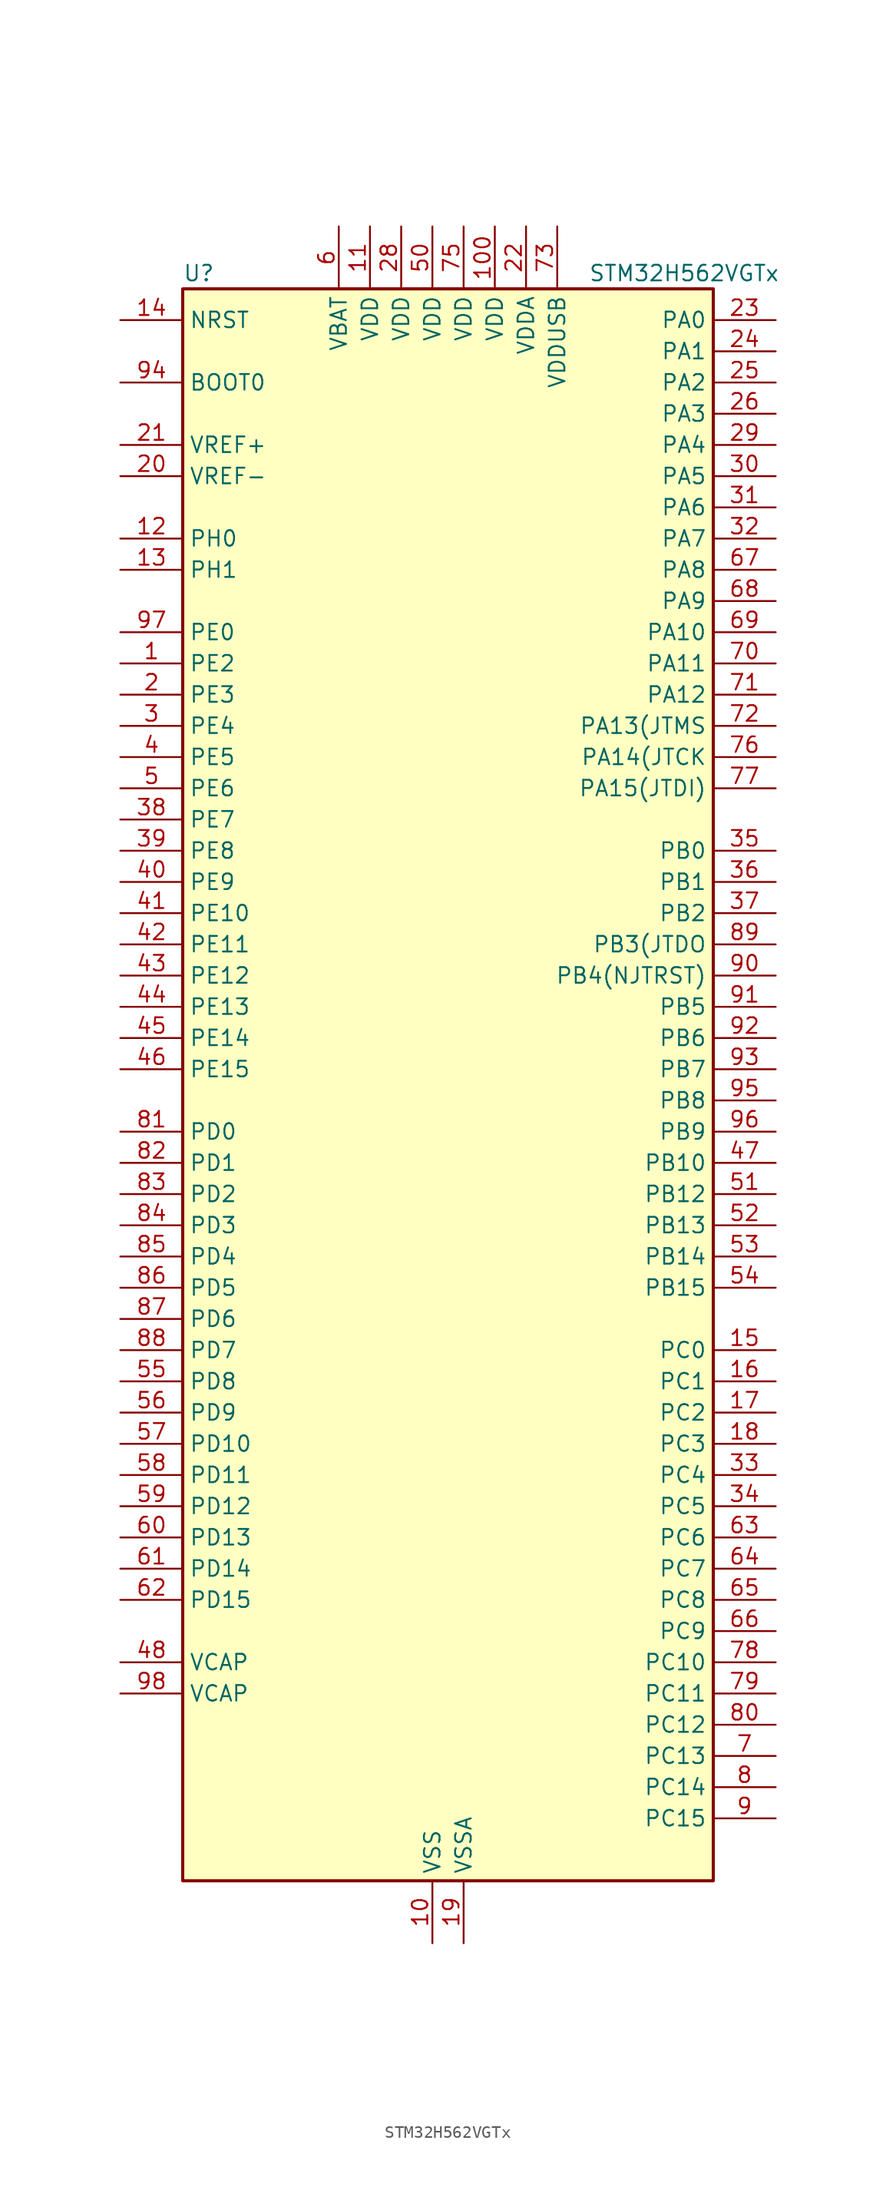
<source format=kicad_sym>
(kicad_symbol_lib
  (version 20231120)
  (generator "kicad_symbol_editor")
  (generator_version "8.0")
  (symbol "STM32H562VGTx"
    (property "Reference" "U"
      (at -20.32 67.31 0)
      (effects (font (size 1.27 1.27)) (justify left)))
    (property "Value" "STM32H562VGTx"
      (at 12.7 67.31 0)
      (effects (font (size 1.27 1.27)) (justify left)))
    (property "ki_locked" ""
      (at 0 0 0)
      (effects (font (size 1.27 1.27))))
    (symbol "STM32H562VGTx_0_1"
      (rectangle (start -20.32 -63.5) (end 22.86 66.04) (stroke (width 0.254) (type default)) (fill (type background))))
    (symbol "STM32H562VGTx_1_1"
      (pin bidirectional line (at -25.4 35.56 0) (length 5.08) (name "PE2" (effects (font (size 1.27 1.27)))) (number "1" (effects (font (size 1.27 1.27)))) (alternate "DCMI_D3" bidirectional line) (alternate "DEBUG_TRACECLK" bidirectional line) (alternate "FMC_A23" bidirectional line) (alternate "LPTIM1_IN2" bidirectional line) (alternate "OCTOSPI1_IO2" bidirectional line) (alternate "PSSI_D3" bidirectional line) (alternate "SAI1_CK1" bidirectional line) (alternate "SAI1_MCLK_A" bidirectional line) (alternate "SPI4_SCK" bidirectional line) (alternate "UART8_TX" bidirectional line) (alternate "USART10_RX" bidirectional line))
      (pin power_in line (at 0 -68.58 90) (length 5.08) (name "VSS" (effects (font (size 1.27 1.27)))) (number "10" (effects (font (size 1.27 1.27)))))
      (pin power_in line (at 5.08 71.12 270) (length 5.08) (name "VDD" (effects (font (size 1.27 1.27)))) (number "100" (effects (font (size 1.27 1.27)))))
      (pin power_in line (at -5.08 71.12 270) (length 5.08) (name "VDD" (effects (font (size 1.27 1.27)))) (number "11" (effects (font (size 1.27 1.27)))))
      (pin bidirectional line (at -25.4 45.72 0) (length 5.08) (name "PH0" (effects (font (size 1.27 1.27)))) (number "12" (effects (font (size 1.27 1.27)))) (alternate "RCC_OSC_IN" bidirectional line))
      (pin bidirectional line (at -25.4 43.18 0) (length 5.08) (name "PH1" (effects (font (size 1.27 1.27)))) (number "13" (effects (font (size 1.27 1.27)))) (alternate "RCC_OSC_OUT" bidirectional line))
      (pin input line (at -25.4 63.5 0) (length 5.08) (name "NRST" (effects (font (size 1.27 1.27)))) (number "14" (effects (font (size 1.27 1.27)))))
      (pin bidirectional line (at 27.94 -20.32 180) (length 5.08) (name "PC0" (effects (font (size 1.27 1.27)))) (number "15" (effects (font (size 1.27 1.27)))) (alternate "ADC1_INP10" bidirectional line) (alternate "ADC2_INP10" bidirectional line) (alternate "FMC_A25" bidirectional line) (alternate "FMC_SDNWE" bidirectional line) (alternate "OCTOSPI1_IO7" bidirectional line) (alternate "SAI1_MCLK_A" bidirectional line) (alternate "SAI2_FS_B" bidirectional line) (alternate "SPI2_RDY" bidirectional line) (alternate "TIM16_BKIN" bidirectional line))
      (pin bidirectional line (at 27.94 -22.86 180) (length 5.08) (name "PC1" (effects (font (size 1.27 1.27)))) (number "16" (effects (font (size 1.27 1.27)))) (alternate "ADC1_INN10" bidirectional line) (alternate "ADC1_INP11" bidirectional line) (alternate "ADC2_INN10" bidirectional line) (alternate "ADC2_INP11" bidirectional line) (alternate "DEBUG_TRACED0" bidirectional line) (alternate "I2S2_SDO" bidirectional line) (alternate "OCTOSPI1_IO4" bidirectional line) (alternate "PWR_WKUP6" bidirectional line) (alternate "SAI1_D1" bidirectional line) (alternate "SAI1_SD_A" bidirectional line) (alternate "SAI2_SD_A" bidirectional line) (alternate "SPI2_MOSI" bidirectional line) (alternate "TAMP_IN3" bidirectional line) (alternate "TAMP_OUT5" bidirectional line) (alternate "USART11_RTS" bidirectional line))
      (pin bidirectional line (at 27.94 -25.4 180) (length 5.08) (name "PC2" (effects (font (size 1.27 1.27)))) (number "17" (effects (font (size 1.27 1.27)))) (alternate "ADC1_INN11" bidirectional line) (alternate "ADC1_INP12" bidirectional line) (alternate "ADC2_INN11" bidirectional line) (alternate "ADC2_INP12" bidirectional line) (alternate "FMC_SDNE0" bidirectional line) (alternate "I2S2_SDI" bidirectional line) (alternate "OCTOSPI1_IO2" bidirectional line) (alternate "OCTOSPI1_IO5" bidirectional line) (alternate "PWR_CSLEEP" bidirectional line) (alternate "SPI2_MISO" bidirectional line) (alternate "TIM17_CH1" bidirectional line) (alternate "TIM4_CH4" bidirectional line))
      (pin bidirectional line (at 27.94 -27.94 180) (length 5.08) (name "PC3" (effects (font (size 1.27 1.27)))) (number "18" (effects (font (size 1.27 1.27)))) (alternate "ADC1_INN12" bidirectional line) (alternate "ADC1_INP13" bidirectional line) (alternate "ADC2_INN12" bidirectional line) (alternate "ADC2_INP13" bidirectional line) (alternate "FMC_SDCKE0" bidirectional line) (alternate "I2S2_SDO" bidirectional line) (alternate "LPTIM3_CH1" bidirectional line) (alternate "OCTOSPI1_IO0" bidirectional line) (alternate "OCTOSPI1_IO6" bidirectional line) (alternate "PWR_CSTOP" bidirectional line) (alternate "SAI1_D3" bidirectional line) (alternate "SPI2_MOSI" bidirectional line))
      (pin power_in line (at 2.54 -68.58 90) (length 5.08) (name "VSSA" (effects (font (size 1.27 1.27)))) (number "19" (effects (font (size 1.27 1.27)))))
      (pin bidirectional line (at -25.4 33.02 0) (length 5.08) (name "PE3" (effects (font (size 1.27 1.27)))) (number "2" (effects (font (size 1.27 1.27)))) (alternate "DEBUG_TRACED0" bidirectional line) (alternate "FMC_A19" bidirectional line) (alternate "SAI1_SD_B" bidirectional line) (alternate "TAMP_IN6" bidirectional line) (alternate "TAMP_OUT3" bidirectional line) (alternate "TIM15_BKIN" bidirectional line) (alternate "USART10_TX" bidirectional line))
      (pin input line (at -25.4 50.8 0) (length 5.08) (name "VREF-" (effects (font (size 1.27 1.27)))) (number "20" (effects (font (size 1.27 1.27)))))
      (pin input line (at -25.4 53.34 0) (length 5.08) (name "VREF+" (effects (font (size 1.27 1.27)))) (number "21" (effects (font (size 1.27 1.27)))))
      (pin power_in line (at 7.62 71.12 270) (length 5.08) (name "VDDA" (effects (font (size 1.27 1.27)))) (number "22" (effects (font (size 1.27 1.27)))))
      (pin bidirectional line (at 27.94 63.5 180) (length 5.08) (name "PA0" (effects (font (size 1.27 1.27)))) (number "23" (effects (font (size 1.27 1.27)))) (alternate "ADC1_INN1" bidirectional line) (alternate "ADC1_INP0" bidirectional line) (alternate "ADC2_INN1" bidirectional line) (alternate "ADC2_INP0" bidirectional line) (alternate "PWR_WKUP1" bidirectional line) (alternate "SAI2_SD_B" bidirectional line) (alternate "SPI3_RDY" bidirectional line) (alternate "SPI6_NSS" bidirectional line) (alternate "TAMP_IN2" bidirectional line) (alternate "TAMP_OUT1" bidirectional line) (alternate "TIM15_BKIN" bidirectional line) (alternate "TIM2_CH1" bidirectional line) (alternate "TIM2_ETR" bidirectional line) (alternate "TIM5_CH1" bidirectional line) (alternate "TIM8_ETR" bidirectional line) (alternate "UART4_TX" bidirectional line) (alternate "USART2_CTS" bidirectional line) (alternate "USART2_NSS" bidirectional line))
      (pin bidirectional line (at 27.94 60.96 180) (length 5.08) (name "PA1" (effects (font (size 1.27 1.27)))) (number "24" (effects (font (size 1.27 1.27)))) (alternate "ADC1_INP1" bidirectional line) (alternate "ADC2_INP1" bidirectional line) (alternate "LPTIM1_IN1" bidirectional line) (alternate "OCTOSPI1_DQS" bidirectional line) (alternate "OCTOSPI1_IO3" bidirectional line) (alternate "SAI2_MCLK_B" bidirectional line) (alternate "TAMP_IN5" bidirectional line) (alternate "TAMP_OUT4" bidirectional line) (alternate "TIM15_CH1N" bidirectional line) (alternate "TIM2_CH2" bidirectional line) (alternate "TIM5_CH2" bidirectional line) (alternate "UART4_RX" bidirectional line) (alternate "USART2_RTS" bidirectional line))
      (pin bidirectional line (at 27.94 58.42 180) (length 5.08) (name "PA2" (effects (font (size 1.27 1.27)))) (number "25" (effects (font (size 1.27 1.27)))) (alternate "ADC1_INP14" bidirectional line) (alternate "ADC2_INP14" bidirectional line) (alternate "LPTIM1_IN2" bidirectional line) (alternate "PWR_WKUP2" bidirectional line) (alternate "SAI2_SCK_B" bidirectional line) (alternate "TAMP_IN4" bidirectional line) (alternate "TAMP_OUT3" bidirectional line) (alternate "TIM15_CH1" bidirectional line) (alternate "TIM2_CH3" bidirectional line) (alternate "TIM5_CH3" bidirectional line) (alternate "USART2_TX" bidirectional line))
      (pin bidirectional line (at 27.94 55.88 180) (length 5.08) (name "PA3" (effects (font (size 1.27 1.27)))) (number "26" (effects (font (size 1.27 1.27)))) (alternate "ADC1_INP15" bidirectional line) (alternate "ADC2_INP15" bidirectional line) (alternate "I2S2_WS" bidirectional line) (alternate "OCTOSPI1_CLK" bidirectional line) (alternate "SAI1_SD_B" bidirectional line) (alternate "SPI2_NSS" bidirectional line) (alternate "TIM15_CH2" bidirectional line) (alternate "TIM2_CH4" bidirectional line) (alternate "TIM5_CH4" bidirectional line) (alternate "USART2_RX" bidirectional line))
      (pin passive line (at 0 -68.58 90) (length 5.08) hide (name "VSS" (effects (font (size 1.27 1.27)))) (number "27" (effects (font (size 1.27 1.27)))))
      (pin power_in line (at -2.54 71.12 270) (length 5.08) (name "VDD" (effects (font (size 1.27 1.27)))) (number "28" (effects (font (size 1.27 1.27)))))
      (pin bidirectional line (at 27.94 53.34 180) (length 5.08) (name "PA4" (effects (font (size 1.27 1.27)))) (number "29" (effects (font (size 1.27 1.27)))) (alternate "ADC1_INP18" bidirectional line) (alternate "ADC2_INP18" bidirectional line) (alternate "DAC1_OUT1" bidirectional line) (alternate "DCMI_HSYNC" bidirectional line) (alternate "I2S1_WS" bidirectional line) (alternate "I2S3_WS" bidirectional line) (alternate "LPTIM2_CH1" bidirectional line) (alternate "PSSI_DE" bidirectional line) (alternate "SPI1_NSS" bidirectional line) (alternate "SPI3_NSS" bidirectional line) (alternate "SPI6_NSS" bidirectional line) (alternate "TIM5_ETR" bidirectional line) (alternate "USART2_CK" bidirectional line))
      (pin bidirectional line (at -25.4 30.48 0) (length 5.08) (name "PE4" (effects (font (size 1.27 1.27)))) (number "3" (effects (font (size 1.27 1.27)))) (alternate "DCMI_D4" bidirectional line) (alternate "DEBUG_TRACED1" bidirectional line) (alternate "FMC_A20" bidirectional line) (alternate "PSSI_D4" bidirectional line) (alternate "SAI1_D2" bidirectional line) (alternate "SAI1_FS_A" bidirectional line) (alternate "SPI4_NSS" bidirectional line) (alternate "TAMP_IN7" bidirectional line) (alternate "TAMP_OUT8" bidirectional line) (alternate "TIM15_CH1N" bidirectional line))
      (pin bidirectional line (at 27.94 50.8 180) (length 5.08) (name "PA5" (effects (font (size 1.27 1.27)))) (number "30" (effects (font (size 1.27 1.27)))) (alternate "ADC1_INN18" bidirectional line) (alternate "ADC1_INP19" bidirectional line) (alternate "ADC2_INN18" bidirectional line) (alternate "ADC2_INP19" bidirectional line) (alternate "DAC1_OUT2" bidirectional line) (alternate "I2S1_CK" bidirectional line) (alternate "PSSI_D14" bidirectional line) (alternate "SPI1_SCK" bidirectional line) (alternate "SPI6_SCK" bidirectional line) (alternate "TIM2_CH1" bidirectional line) (alternate "TIM2_ETR" bidirectional line) (alternate "TIM8_CH1N" bidirectional line))
      (pin bidirectional line (at 27.94 48.26 180) (length 5.08) (name "PA6" (effects (font (size 1.27 1.27)))) (number "31" (effects (font (size 1.27 1.27)))) (alternate "ADC1_INP3" bidirectional line) (alternate "ADC2_INP3" bidirectional line) (alternate "DCMI_PIXCLK" bidirectional line) (alternate "I2S1_SDI" bidirectional line) (alternate "OCTOSPI1_IO3" bidirectional line) (alternate "PSSI_PDCK" bidirectional line) (alternate "SPI1_MISO" bidirectional line) (alternate "SPI6_MISO" bidirectional line) (alternate "TIM13_CH1" bidirectional line) (alternate "TIM1_BKIN" bidirectional line) (alternate "TIM3_CH1" bidirectional line) (alternate "TIM8_BKIN" bidirectional line) (alternate "USART11_TX" bidirectional line))
      (pin bidirectional line (at 27.94 45.72 180) (length 5.08) (name "PA7" (effects (font (size 1.27 1.27)))) (number "32" (effects (font (size 1.27 1.27)))) (alternate "ADC1_INN3" bidirectional line) (alternate "ADC1_INP7" bidirectional line) (alternate "ADC2_INN3" bidirectional line) (alternate "ADC2_INP7" bidirectional line) (alternate "FMC_NWE" bidirectional line) (alternate "FMC_SDNWE" bidirectional line) (alternate "I2S1_SDO" bidirectional line) (alternate "OCTOSPI1_IO2" bidirectional line) (alternate "SPI1_MOSI" bidirectional line) (alternate "SPI6_MOSI" bidirectional line) (alternate "TIM14_CH1" bidirectional line) (alternate "TIM1_CH1N" bidirectional line) (alternate "TIM3_CH2" bidirectional line) (alternate "TIM8_CH1N" bidirectional line) (alternate "USART11_RX" bidirectional line))
      (pin bidirectional line (at 27.94 -30.48 180) (length 5.08) (name "PC4" (effects (font (size 1.27 1.27)))) (number "33" (effects (font (size 1.27 1.27)))) (alternate "ADC1_INP4" bidirectional line) (alternate "ADC2_INP4" bidirectional line) (alternate "FMC_SDNE0" bidirectional line) (alternate "I2S1_MCK" bidirectional line) (alternate "LPTIM2_ETR" bidirectional line) (alternate "SAI1_CK1" bidirectional line) (alternate "TIM2_CH4" bidirectional line) (alternate "USART3_RX" bidirectional line))
      (pin bidirectional line (at 27.94 -33.02 180) (length 5.08) (name "PC5" (effects (font (size 1.27 1.27)))) (number "34" (effects (font (size 1.27 1.27)))) (alternate "ADC1_INN4" bidirectional line) (alternate "ADC1_INP8" bidirectional line) (alternate "ADC2_INN4" bidirectional line) (alternate "ADC2_INP8" bidirectional line) (alternate "FMC_SDCKE0" bidirectional line) (alternate "OCTOSPI1_DQS" bidirectional line) (alternate "PSSI_D15" bidirectional line) (alternate "SAI1_D3" bidirectional line) (alternate "SAI1_FS_A" bidirectional line) (alternate "TIM1_CH4N" bidirectional line) (alternate "UART12_RTS" bidirectional line))
      (pin bidirectional line (at 27.94 20.32 180) (length 5.08) (name "PB0" (effects (font (size 1.27 1.27)))) (number "35" (effects (font (size 1.27 1.27)))) (alternate "ADC1_INN5" bidirectional line) (alternate "ADC1_INP9" bidirectional line) (alternate "ADC2_INN5" bidirectional line) (alternate "ADC2_INP9" bidirectional line) (alternate "LPTIM3_CH1" bidirectional line) (alternate "OCTOSPI1_IO1" bidirectional line) (alternate "TIM1_CH2N" bidirectional line) (alternate "TIM3_CH3" bidirectional line) (alternate "TIM8_CH2N" bidirectional line) (alternate "UART4_CTS" bidirectional line) (alternate "USART11_CK" bidirectional line))
      (pin bidirectional line (at 27.94 17.78 180) (length 5.08) (name "PB1" (effects (font (size 1.27 1.27)))) (number "36" (effects (font (size 1.27 1.27)))) (alternate "ADC1_INP5" bidirectional line) (alternate "ADC2_INP5" bidirectional line) (alternate "LPTIM3_CH2" bidirectional line) (alternate "OCTOSPI1_IO0" bidirectional line) (alternate "TIM1_CH3N" bidirectional line) (alternate "TIM3_CH4" bidirectional line) (alternate "TIM8_CH3N" bidirectional line))
      (pin bidirectional line (at 27.94 15.24 180) (length 5.08) (name "PB2" (effects (font (size 1.27 1.27)))) (number "37" (effects (font (size 1.27 1.27)))) (alternate "I2S3_SDO" bidirectional line) (alternate "LPTIM1_CH1" bidirectional line) (alternate "LPTIM5_ETR" bidirectional line) (alternate "OCTOSPI1_CLK" bidirectional line) (alternate "OCTOSPI1_DQS" bidirectional line) (alternate "RCC_LSCO" bidirectional line) (alternate "RTC_OUT2" bidirectional line) (alternate "SAI1_D1" bidirectional line) (alternate "SAI1_SD_A" bidirectional line) (alternate "SDMMC1_CMD" bidirectional line) (alternate "SPI1_RDY" bidirectional line) (alternate "SPI3_MOSI" bidirectional line) (alternate "TIM8_CH4N" bidirectional line))
      (pin bidirectional line (at -25.4 22.86 0) (length 5.08) (name "PE7" (effects (font (size 1.27 1.27)))) (number "38" (effects (font (size 1.27 1.27)))) (alternate "FMC_D4" bidirectional line) (alternate "FMC_DA4" bidirectional line) (alternate "OCTOSPI1_IO4" bidirectional line) (alternate "TIM1_ETR" bidirectional line) (alternate "UART12_RTS" bidirectional line) (alternate "UART7_RX" bidirectional line))
      (pin bidirectional line (at -25.4 20.32 0) (length 5.08) (name "PE8" (effects (font (size 1.27 1.27)))) (number "39" (effects (font (size 1.27 1.27)))) (alternate "FMC_D5" bidirectional line) (alternate "FMC_DA5" bidirectional line) (alternate "OCTOSPI1_IO5" bidirectional line) (alternate "TIM1_CH1N" bidirectional line) (alternate "UART12_CTS" bidirectional line) (alternate "UART7_TX" bidirectional line))
      (pin bidirectional line (at -25.4 27.94 0) (length 5.08) (name "PE5" (effects (font (size 1.27 1.27)))) (number "4" (effects (font (size 1.27 1.27)))) (alternate "DCMI_D6" bidirectional line) (alternate "DEBUG_TRACED2" bidirectional line) (alternate "FMC_A21" bidirectional line) (alternate "PSSI_D6" bidirectional line) (alternate "SAI1_CK2" bidirectional line) (alternate "SAI1_SCK_A" bidirectional line) (alternate "SPI4_MISO" bidirectional line) (alternate "TAMP_IN8" bidirectional line) (alternate "TAMP_OUT7" bidirectional line) (alternate "TIM15_CH1" bidirectional line))
      (pin bidirectional line (at -25.4 17.78 0) (length 5.08) (name "PE9" (effects (font (size 1.27 1.27)))) (number "40" (effects (font (size 1.27 1.27)))) (alternate "DAC1_EXTI9" bidirectional line) (alternate "FMC_D6" bidirectional line) (alternate "FMC_DA6" bidirectional line) (alternate "OCTOSPI1_IO6" bidirectional line) (alternate "TIM1_CH1" bidirectional line) (alternate "UART12_RX" bidirectional line) (alternate "UART7_RTS" bidirectional line))
      (pin bidirectional line (at -25.4 15.24 0) (length 5.08) (name "PE10" (effects (font (size 1.27 1.27)))) (number "41" (effects (font (size 1.27 1.27)))) (alternate "FMC_D7" bidirectional line) (alternate "FMC_DA7" bidirectional line) (alternate "OCTOSPI1_IO7" bidirectional line) (alternate "TIM1_CH2N" bidirectional line) (alternate "UART12_TX" bidirectional line) (alternate "UART7_CTS" bidirectional line))
      (pin bidirectional line (at -25.4 12.7 0) (length 5.08) (name "PE11" (effects (font (size 1.27 1.27)))) (number "42" (effects (font (size 1.27 1.27)))) (alternate "ADC1_EXTI11" bidirectional line) (alternate "ADC2_EXTI11" bidirectional line) (alternate "FMC_D8" bidirectional line) (alternate "FMC_DA8" bidirectional line) (alternate "OCTOSPI1_NCS" bidirectional line) (alternate "SAI2_SD_B" bidirectional line) (alternate "SPI1_RDY" bidirectional line) (alternate "SPI4_NSS" bidirectional line) (alternate "TIM1_CH2" bidirectional line))
      (pin bidirectional line (at -25.4 10.16 0) (length 5.08) (name "PE12" (effects (font (size 1.27 1.27)))) (number "43" (effects (font (size 1.27 1.27)))) (alternate "FMC_D9" bidirectional line) (alternate "FMC_DA9" bidirectional line) (alternate "SAI2_SCK_B" bidirectional line) (alternate "SPI4_SCK" bidirectional line) (alternate "TIM1_CH3N" bidirectional line))
      (pin bidirectional line (at -25.4 7.62 0) (length 5.08) (name "PE13" (effects (font (size 1.27 1.27)))) (number "44" (effects (font (size 1.27 1.27)))) (alternate "FMC_D10" bidirectional line) (alternate "FMC_DA10" bidirectional line) (alternate "SAI2_FS_B" bidirectional line) (alternate "SPI4_MISO" bidirectional line) (alternate "TIM1_CH3" bidirectional line))
      (pin bidirectional line (at -25.4 5.08 0) (length 5.08) (name "PE14" (effects (font (size 1.27 1.27)))) (number "45" (effects (font (size 1.27 1.27)))) (alternate "FMC_D11" bidirectional line) (alternate "FMC_DA11" bidirectional line) (alternate "SAI2_MCLK_B" bidirectional line) (alternate "SPI4_MOSI" bidirectional line) (alternate "TIM1_CH4" bidirectional line))
      (pin bidirectional line (at -25.4 2.54 0) (length 5.08) (name "PE15" (effects (font (size 1.27 1.27)))) (number "46" (effects (font (size 1.27 1.27)))) (alternate "ADC1_EXTI15" bidirectional line) (alternate "ADC2_EXTI15" bidirectional line) (alternate "FMC_D12" bidirectional line) (alternate "FMC_DA12" bidirectional line) (alternate "TIM1_BKIN" bidirectional line) (alternate "TIM1_CH4N" bidirectional line) (alternate "USART10_CK" bidirectional line))
      (pin bidirectional line (at 27.94 -5.08 180) (length 5.08) (name "PB10" (effects (font (size 1.27 1.27)))) (number "47" (effects (font (size 1.27 1.27)))) (alternate "I2C2_SCL" bidirectional line) (alternate "I2S2_CK" bidirectional line) (alternate "LPTIM2_IN1" bidirectional line) (alternate "LPTIM3_CH1" bidirectional line) (alternate "OCTOSPI1_NCS" bidirectional line) (alternate "SPI2_SCK" bidirectional line) (alternate "TIM2_CH3" bidirectional line) (alternate "USART3_TX" bidirectional line))
      (pin power_out line (at -25.4 -45.72 0) (length 5.08) (name "VCAP" (effects (font (size 1.27 1.27)))) (number "48" (effects (font (size 1.27 1.27)))))
      (pin passive line (at 0 -68.58 90) (length 5.08) hide (name "VSS" (effects (font (size 1.27 1.27)))) (number "49" (effects (font (size 1.27 1.27)))))
      (pin bidirectional line (at -25.4 25.4 0) (length 5.08) (name "PE6" (effects (font (size 1.27 1.27)))) (number "5" (effects (font (size 1.27 1.27)))) (alternate "DCMI_D7" bidirectional line) (alternate "DEBUG_TRACED3" bidirectional line) (alternate "FMC_A22" bidirectional line) (alternate "PSSI_D7" bidirectional line) (alternate "SAI1_D1" bidirectional line) (alternate "SAI1_SD_A" bidirectional line) (alternate "SAI2_MCLK_B" bidirectional line) (alternate "SPI4_MOSI" bidirectional line) (alternate "TAMP_IN3" bidirectional line) (alternate "TAMP_OUT6" bidirectional line) (alternate "TIM15_CH2" bidirectional line) (alternate "TIM1_BKIN2" bidirectional line))
      (pin power_in line (at 0 71.12 270) (length 5.08) (name "VDD" (effects (font (size 1.27 1.27)))) (number "50" (effects (font (size 1.27 1.27)))))
      (pin bidirectional line (at 27.94 -7.62 180) (length 5.08) (name "PB12" (effects (font (size 1.27 1.27)))) (number "51" (effects (font (size 1.27 1.27)))) (alternate "I2C2_SDA" bidirectional line) (alternate "I2S2_WS" bidirectional line) (alternate "OCTOSPI1_NCLK" bidirectional line) (alternate "SPI2_NSS" bidirectional line) (alternate "TIM1_BKIN" bidirectional line) (alternate "UART5_RX" bidirectional line) (alternate "UCPD1_FRSTX" bidirectional line) (alternate "USART3_CK" bidirectional line))
      (pin bidirectional line (at 27.94 -10.16 180) (length 5.08) (name "PB13" (effects (font (size 1.27 1.27)))) (number "52" (effects (font (size 1.27 1.27)))) (alternate "I2C2_SMBA" bidirectional line) (alternate "I2S2_CK" bidirectional line) (alternate "LPTIM2_CH1" bidirectional line) (alternate "LPTIM3_IN1" bidirectional line) (alternate "SDMMC1_D0" bidirectional line) (alternate "SPI2_SCK" bidirectional line) (alternate "TIM1_CH1N" bidirectional line) (alternate "UART5_TX" bidirectional line) (alternate "UCPD1_CC1" bidirectional line) (alternate "USART3_CTS" bidirectional line) (alternate "USART3_NSS" bidirectional line))
      (pin bidirectional line (at 27.94 -12.7 180) (length 5.08) (name "PB14" (effects (font (size 1.27 1.27)))) (number "53" (effects (font (size 1.27 1.27)))) (alternate "I2S2_SDI" bidirectional line) (alternate "LPTIM3_ETR" bidirectional line) (alternate "SPI2_MISO" bidirectional line) (alternate "TIM12_CH1" bidirectional line) (alternate "TIM1_CH2N" bidirectional line) (alternate "TIM8_CH2N" bidirectional line) (alternate "UART4_DE" bidirectional line) (alternate "UART4_RTS" bidirectional line) (alternate "UCPD1_CC2" bidirectional line) (alternate "USART1_TX" bidirectional line) (alternate "USART3_RTS" bidirectional line))
      (pin bidirectional line (at 27.94 -15.24 180) (length 5.08) (name "PB15" (effects (font (size 1.27 1.27)))) (number "54" (effects (font (size 1.27 1.27)))) (alternate "ADC1_EXTI15" bidirectional line) (alternate "ADC2_EXTI15" bidirectional line) (alternate "DCMI_D2" bidirectional line) (alternate "I2S2_SDO" bidirectional line) (alternate "OCTOSPI1_CLK" bidirectional line) (alternate "PSSI_D2" bidirectional line) (alternate "PWR_PVD_IN" bidirectional line) (alternate "RTC_REFIN" bidirectional line) (alternate "SPI2_MOSI" bidirectional line) (alternate "TIM12_CH2" bidirectional line) (alternate "TIM1_CH3N" bidirectional line) (alternate "TIM8_CH3N" bidirectional line) (alternate "UART4_CTS" bidirectional line) (alternate "UART5_RX" bidirectional line) (alternate "USART11_CTS" bidirectional line) (alternate "USART11_NSS" bidirectional line) (alternate "USART1_RX" bidirectional line))
      (pin bidirectional line (at -25.4 -22.86 0) (length 5.08) (name "PD8" (effects (font (size 1.27 1.27)))) (number "55" (effects (font (size 1.27 1.27)))) (alternate "FMC_D13" bidirectional line) (alternate "FMC_DA13" bidirectional line) (alternate "USART3_TX" bidirectional line))
      (pin bidirectional line (at -25.4 -25.4 0) (length 5.08) (name "PD9" (effects (font (size 1.27 1.27)))) (number "56" (effects (font (size 1.27 1.27)))) (alternate "DAC1_EXTI9" bidirectional line) (alternate "FMC_D14" bidirectional line) (alternate "FMC_DA14" bidirectional line) (alternate "USART3_RX" bidirectional line))
      (pin bidirectional line (at -25.4 -27.94 0) (length 5.08) (name "PD10" (effects (font (size 1.27 1.27)))) (number "57" (effects (font (size 1.27 1.27)))) (alternate "FMC_D15" bidirectional line) (alternate "FMC_DA15" bidirectional line) (alternate "LPTIM2_CH2" bidirectional line) (alternate "USART3_CK" bidirectional line))
      (pin bidirectional line (at -25.4 -30.48 0) (length 5.08) (name "PD11" (effects (font (size 1.27 1.27)))) (number "58" (effects (font (size 1.27 1.27)))) (alternate "ADC1_EXTI11" bidirectional line) (alternate "ADC2_EXTI11" bidirectional line) (alternate "FMC_A16" bidirectional line) (alternate "FMC_CLE" bidirectional line) (alternate "I2C4_SMBA" bidirectional line) (alternate "LPTIM2_IN2" bidirectional line) (alternate "OCTOSPI1_IO0" bidirectional line) (alternate "SAI1_CK1" bidirectional line) (alternate "SAI2_SD_A" bidirectional line) (alternate "UART4_RX" bidirectional line) (alternate "USART3_CTS" bidirectional line) (alternate "USART3_NSS" bidirectional line))
      (pin bidirectional line (at -25.4 -33.02 0) (length 5.08) (name "PD12" (effects (font (size 1.27 1.27)))) (number "59" (effects (font (size 1.27 1.27)))) (alternate "DCMI_D12" bidirectional line) (alternate "FMC_A17" bidirectional line) (alternate "FMC_ALE" bidirectional line) (alternate "I2C4_SCL" bidirectional line) (alternate "I3C1_SCL" bidirectional line) (alternate "LPTIM1_IN1" bidirectional line) (alternate "LPTIM2_IN1" bidirectional line) (alternate "OCTOSPI1_IO1" bidirectional line) (alternate "PSSI_D12" bidirectional line) (alternate "SAI1_D1" bidirectional line) (alternate "SAI2_FS_A" bidirectional line) (alternate "TIM4_CH1" bidirectional line) (alternate "UART4_TX" bidirectional line) (alternate "USART3_RTS" bidirectional line))
      (pin power_in line (at -7.62 71.12 270) (length 5.08) (name "VBAT" (effects (font (size 1.27 1.27)))) (number "6" (effects (font (size 1.27 1.27)))))
      (pin bidirectional line (at -25.4 -35.56 0) (length 5.08) (name "PD13" (effects (font (size 1.27 1.27)))) (number "60" (effects (font (size 1.27 1.27)))) (alternate "DCMI_D13" bidirectional line) (alternate "FMC_A18" bidirectional line) (alternate "I2C4_SDA" bidirectional line) (alternate "I3C1_SDA" bidirectional line) (alternate "LPTIM1_CH1" bidirectional line) (alternate "LPTIM2_CH1" bidirectional line) (alternate "LPTIM4_IN1" bidirectional line) (alternate "OCTOSPI1_IO3" bidirectional line) (alternate "PSSI_D13" bidirectional line) (alternate "SAI2_SCK_A" bidirectional line) (alternate "TIM4_CH2" bidirectional line) (alternate "UART9_RTS" bidirectional line))
      (pin bidirectional line (at -25.4 -38.1 0) (length 5.08) (name "PD14" (effects (font (size 1.27 1.27)))) (number "61" (effects (font (size 1.27 1.27)))) (alternate "FMC_D0" bidirectional line) (alternate "FMC_DA0" bidirectional line) (alternate "TIM4_CH3" bidirectional line) (alternate "UART8_CTS" bidirectional line) (alternate "UART9_RX" bidirectional line))
      (pin bidirectional line (at -25.4 -40.64 0) (length 5.08) (name "PD15" (effects (font (size 1.27 1.27)))) (number "62" (effects (font (size 1.27 1.27)))) (alternate "ADC1_EXTI15" bidirectional line) (alternate "ADC2_EXTI15" bidirectional line) (alternate "FMC_D1" bidirectional line) (alternate "FMC_DA1" bidirectional line) (alternate "TIM4_CH4" bidirectional line) (alternate "UART8_RTS" bidirectional line) (alternate "UART9_TX" bidirectional line))
      (pin bidirectional line (at 27.94 -35.56 180) (length 5.08) (name "PC6" (effects (font (size 1.27 1.27)))) (number "63" (effects (font (size 1.27 1.27)))) (alternate "DCMI_D0" bidirectional line) (alternate "FMC_NWAIT" bidirectional line) (alternate "I2S2_MCK" bidirectional line) (alternate "OCTOSPI1_IO5" bidirectional line) (alternate "PSSI_D0" bidirectional line) (alternate "SAI1_SCK_A" bidirectional line) (alternate "SDMMC1_D0DIR" bidirectional line) (alternate "SDMMC1_D6" bidirectional line) (alternate "TIM3_CH1" bidirectional line) (alternate "TIM8_CH1" bidirectional line) (alternate "USART6_TX" bidirectional line))
      (pin bidirectional line (at 27.94 -38.1 180) (length 5.08) (name "PC7" (effects (font (size 1.27 1.27)))) (number "64" (effects (font (size 1.27 1.27)))) (alternate "DCMI_D1" bidirectional line) (alternate "DEBUG_TRGIO" bidirectional line) (alternate "FMC_NE1" bidirectional line) (alternate "I2S3_MCK" bidirectional line) (alternate "OCTOSPI1_IO6" bidirectional line) (alternate "PSSI_D1" bidirectional line) (alternate "SDMMC1_D123DIR" bidirectional line) (alternate "SDMMC1_D7" bidirectional line) (alternate "TIM3_CH2" bidirectional line) (alternate "TIM8_CH2" bidirectional line) (alternate "USART6_RX" bidirectional line))
      (pin bidirectional line (at 27.94 -40.64 180) (length 5.08) (name "PC8" (effects (font (size 1.27 1.27)))) (number "65" (effects (font (size 1.27 1.27)))) (alternate "DCMI_D2" bidirectional line) (alternate "DEBUG_TRACED1" bidirectional line) (alternate "FMC_ALE" bidirectional line) (alternate "FMC_INT" bidirectional line) (alternate "FMC_NCE" bidirectional line) (alternate "FMC_NE2" bidirectional line) (alternate "PSSI_D2" bidirectional line) (alternate "SDMMC1_D0" bidirectional line) (alternate "TIM3_CH3" bidirectional line) (alternate "TIM8_CH3" bidirectional line) (alternate "UART5_DE" bidirectional line) (alternate "UART5_RTS" bidirectional line) (alternate "USART6_CK" bidirectional line))
      (pin bidirectional line (at 27.94 -43.18 180) (length 5.08) (name "PC9" (effects (font (size 1.27 1.27)))) (number "66" (effects (font (size 1.27 1.27)))) (alternate "AUDIOCLK" bidirectional line) (alternate "DAC1_EXTI9" bidirectional line) (alternate "DCMI_D3" bidirectional line) (alternate "FMC_CLE" bidirectional line) (alternate "I2C3_SDA" bidirectional line) (alternate "OCTOSPI1_IO0" bidirectional line) (alternate "PSSI_D3" bidirectional line) (alternate "RCC_MCO_2" bidirectional line) (alternate "SDMMC1_D1" bidirectional line) (alternate "TIM3_CH4" bidirectional line) (alternate "TIM8_CH4" bidirectional line) (alternate "UART5_CTS" bidirectional line) (alternate "UCPD1_DB2" bidirectional line))
      (pin bidirectional line (at 27.94 43.18 180) (length 5.08) (name "PA8" (effects (font (size 1.27 1.27)))) (number "67" (effects (font (size 1.27 1.27)))) (alternate "DCMI_D3" bidirectional line) (alternate "FMC_NOE" bidirectional line) (alternate "I2C3_SCL" bidirectional line) (alternate "PSSI_D3" bidirectional line) (alternate "RCC_MCO_1" bidirectional line) (alternate "SPI1_RDY" bidirectional line) (alternate "TIM1_CH1" bidirectional line) (alternate "TIM8_BKIN2" bidirectional line) (alternate "UART7_RX" bidirectional line) (alternate "USART1_CK" bidirectional line) (alternate "USB_SOF" bidirectional line))
      (pin bidirectional line (at 27.94 40.64 180) (length 5.08) (name "PA9" (effects (font (size 1.27 1.27)))) (number "68" (effects (font (size 1.27 1.27)))) (alternate "DAC1_EXTI9" bidirectional line) (alternate "DCMI_D0" bidirectional line) (alternate "FMC_NWE" bidirectional line) (alternate "I2C3_SMBA" bidirectional line) (alternate "I2S2_CK" bidirectional line) (alternate "LPUART1_TX" bidirectional line) (alternate "PSSI_D0" bidirectional line) (alternate "SPI2_SCK" bidirectional line) (alternate "TIM1_CH2" bidirectional line) (alternate "UCPD1_DB1" bidirectional line) (alternate "USART1_TX" bidirectional line))
      (pin bidirectional line (at 27.94 38.1 180) (length 5.08) (name "PA10" (effects (font (size 1.27 1.27)))) (number "69" (effects (font (size 1.27 1.27)))) (alternate "DCMI_D1" bidirectional line) (alternate "LPTIM2_IN2" bidirectional line) (alternate "LPUART1_RX" bidirectional line) (alternate "PSSI_D1" bidirectional line) (alternate "SDMMC1_D0" bidirectional line) (alternate "TIM1_CH3" bidirectional line) (alternate "UCPD1_FRSTX" bidirectional line) (alternate "USART1_RX" bidirectional line))
      (pin bidirectional line (at 27.94 -53.34 180) (length 5.08) (name "PC13" (effects (font (size 1.27 1.27)))) (number "7" (effects (font (size 1.27 1.27)))) (alternate "PWR_WKUP4" bidirectional line) (alternate "RTC_OUT1" bidirectional line) (alternate "RTC_TS" bidirectional line) (alternate "TAMP_IN1" bidirectional line) (alternate "TAMP_OUT2" bidirectional line) (alternate "TAMP_OUT3" bidirectional line))
      (pin bidirectional line (at 27.94 35.56 180) (length 5.08) (name "PA11" (effects (font (size 1.27 1.27)))) (number "70" (effects (font (size 1.27 1.27)))) (alternate "ADC1_EXTI11" bidirectional line) (alternate "ADC2_EXTI11" bidirectional line) (alternate "FDCAN1_RX" bidirectional line) (alternate "I2S2_WS" bidirectional line) (alternate "LPUART1_CTS" bidirectional line) (alternate "SPI2_NSS" bidirectional line) (alternate "TIM1_CH4" bidirectional line) (alternate "UART4_RX" bidirectional line) (alternate "USART1_CTS" bidirectional line) (alternate "USART1_NSS" bidirectional line) (alternate "USB_DM" bidirectional line))
      (pin bidirectional line (at 27.94 33.02 180) (length 5.08) (name "PA12" (effects (font (size 1.27 1.27)))) (number "71" (effects (font (size 1.27 1.27)))) (alternate "FDCAN1_TX" bidirectional line) (alternate "I2S2_CK" bidirectional line) (alternate "LPUART1_RTS" bidirectional line) (alternate "SAI2_FS_B" bidirectional line) (alternate "SPI2_SCK" bidirectional line) (alternate "TIM1_ETR" bidirectional line) (alternate "UART4_TX" bidirectional line) (alternate "USART1_RTS" bidirectional line) (alternate "USB_DP" bidirectional line))
      (pin bidirectional line (at 27.94 30.48 180) (length 5.08) (name "PA13(JTMS" (effects (font (size 1.27 1.27)))) (number "72" (effects (font (size 1.27 1.27)))) (alternate "DEBUG_JTMS-SWDIO" bidirectional line))
      (pin power_in line (at 10.16 71.12 270) (length 5.08) (name "VDDUSB" (effects (font (size 1.27 1.27)))) (number "73" (effects (font (size 1.27 1.27)))))
      (pin passive line (at 0 -68.58 90) (length 5.08) hide (name "VSS" (effects (font (size 1.27 1.27)))) (number "74" (effects (font (size 1.27 1.27)))))
      (pin power_in line (at 2.54 71.12 270) (length 5.08) (name "VDD" (effects (font (size 1.27 1.27)))) (number "75" (effects (font (size 1.27 1.27)))))
      (pin bidirectional line (at 27.94 27.94 180) (length 5.08) (name "PA14(JTCK" (effects (font (size 1.27 1.27)))) (number "76" (effects (font (size 1.27 1.27)))) (alternate "DEBUG_JTCK-SWCLK" bidirectional line))
      (pin bidirectional line (at 27.94 25.4 180) (length 5.08) (name "PA15(JTDI)" (effects (font (size 1.27 1.27)))) (number "77" (effects (font (size 1.27 1.27)))) (alternate "ADC1_EXTI15" bidirectional line) (alternate "ADC2_EXTI15" bidirectional line) (alternate "CEC" bidirectional line) (alternate "DCMI_D11" bidirectional line) (alternate "DEBUG_JTDI" bidirectional line) (alternate "FMC_NBL1" bidirectional line) (alternate "I2S1_WS" bidirectional line) (alternate "I2S3_WS" bidirectional line) (alternate "LPTIM3_IN2" bidirectional line) (alternate "PSSI_D11" bidirectional line) (alternate "SPI1_NSS" bidirectional line) (alternate "SPI3_NSS" bidirectional line) (alternate "SPI6_NSS" bidirectional line) (alternate "TIM2_CH1" bidirectional line) (alternate "TIM2_ETR" bidirectional line) (alternate "UART4_DE" bidirectional line) (alternate "UART4_RTS" bidirectional line) (alternate "UART7_TX" bidirectional line))
      (pin bidirectional line (at 27.94 -45.72 180) (length 5.08) (name "PC10" (effects (font (size 1.27 1.27)))) (number "78" (effects (font (size 1.27 1.27)))) (alternate "DCMI_D8" bidirectional line) (alternate "I2S3_CK" bidirectional line) (alternate "LPTIM3_ETR" bidirectional line) (alternate "OCTOSPI1_IO1" bidirectional line) (alternate "PSSI_D8" bidirectional line) (alternate "SDMMC1_D2" bidirectional line) (alternate "SPI3_SCK" bidirectional line) (alternate "UART4_TX" bidirectional line) (alternate "USART3_TX" bidirectional line))
      (pin bidirectional line (at 27.94 -48.26 180) (length 5.08) (name "PC11" (effects (font (size 1.27 1.27)))) (number "79" (effects (font (size 1.27 1.27)))) (alternate "ADC1_EXTI11" bidirectional line) (alternate "ADC2_EXTI11" bidirectional line) (alternate "DCMI_D4" bidirectional line) (alternate "I2S3_SDI" bidirectional line) (alternate "LPTIM3_IN1" bidirectional line) (alternate "OCTOSPI1_NCS" bidirectional line) (alternate "PSSI_D4" bidirectional line) (alternate "SDMMC1_D3" bidirectional line) (alternate "SPI3_MISO" bidirectional line) (alternate "UART4_RX" bidirectional line) (alternate "USART3_RX" bidirectional line))
      (pin bidirectional line (at 27.94 -55.88 180) (length 5.08) (name "PC14" (effects (font (size 1.27 1.27)))) (number "8" (effects (font (size 1.27 1.27)))) (alternate "RCC_OSC32_IN" bidirectional line))
      (pin bidirectional line (at 27.94 -50.8 180) (length 5.08) (name "PC12" (effects (font (size 1.27 1.27)))) (number "80" (effects (font (size 1.27 1.27)))) (alternate "DCMI_D9" bidirectional line) (alternate "DEBUG_TRACED3" bidirectional line) (alternate "I2S3_SDO" bidirectional line) (alternate "PSSI_D9" bidirectional line) (alternate "SDMMC1_CK" bidirectional line) (alternate "SPI3_MOSI" bidirectional line) (alternate "SPI6_SCK" bidirectional line) (alternate "TIM15_CH1" bidirectional line) (alternate "UART5_TX" bidirectional line) (alternate "USART3_CK" bidirectional line))
      (pin bidirectional line (at -25.4 -2.54 0) (length 5.08) (name "PD0" (effects (font (size 1.27 1.27)))) (number "81" (effects (font (size 1.27 1.27)))) (alternate "FDCAN1_RX" bidirectional line) (alternate "FMC_D2" bidirectional line) (alternate "FMC_DA2" bidirectional line) (alternate "TIM8_CH4N" bidirectional line) (alternate "UART4_RX" bidirectional line) (alternate "UART9_CTS" bidirectional line))
      (pin bidirectional line (at -25.4 -5.08 0) (length 5.08) (name "PD1" (effects (font (size 1.27 1.27)))) (number "82" (effects (font (size 1.27 1.27)))) (alternate "FDCAN1_TX" bidirectional line) (alternate "FMC_D3" bidirectional line) (alternate "FMC_DA3" bidirectional line) (alternate "UART4_TX" bidirectional line))
      (pin bidirectional line (at -25.4 -7.62 0) (length 5.08) (name "PD2" (effects (font (size 1.27 1.27)))) (number "83" (effects (font (size 1.27 1.27)))) (alternate "DCMI_D11" bidirectional line) (alternate "DEBUG_TRACED2" bidirectional line) (alternate "LPTIM4_ETR" bidirectional line) (alternate "PSSI_D11" bidirectional line) (alternate "PWR_WKUP7" bidirectional line) (alternate "SDMMC1_CMD" bidirectional line) (alternate "TIM15_BKIN" bidirectional line) (alternate "TIM3_ETR" bidirectional line) (alternate "UART5_RX" bidirectional line))
      (pin bidirectional line (at -25.4 -10.16 0) (length 5.08) (name "PD3" (effects (font (size 1.27 1.27)))) (number "84" (effects (font (size 1.27 1.27)))) (alternate "DCMI_D5" bidirectional line) (alternate "FMC_CLK" bidirectional line) (alternate "I2S2_CK" bidirectional line) (alternate "PSSI_D5" bidirectional line) (alternate "PWR_WKUP8" bidirectional line) (alternate "SPI2_SCK" bidirectional line) (alternate "USART2_CTS" bidirectional line) (alternate "USART2_NSS" bidirectional line))
      (pin bidirectional line (at -25.4 -12.7 0) (length 5.08) (name "PD4" (effects (font (size 1.27 1.27)))) (number "85" (effects (font (size 1.27 1.27)))) (alternate "FMC_NOE" bidirectional line) (alternate "OCTOSPI1_IO4" bidirectional line) (alternate "USART2_RTS" bidirectional line))
      (pin bidirectional line (at -25.4 -15.24 0) (length 5.08) (name "PD5" (effects (font (size 1.27 1.27)))) (number "86" (effects (font (size 1.27 1.27)))) (alternate "FDCAN1_TX" bidirectional line) (alternate "FMC_NWE" bidirectional line) (alternate "OCTOSPI1_IO5" bidirectional line) (alternate "SPI2_RDY" bidirectional line) (alternate "TIM1_CH4N" bidirectional line) (alternate "USART2_TX" bidirectional line))
      (pin bidirectional line (at -25.4 -17.78 0) (length 5.08) (name "PD6" (effects (font (size 1.27 1.27)))) (number "87" (effects (font (size 1.27 1.27)))) (alternate "DCMI_D10" bidirectional line) (alternate "FMC_NWAIT" bidirectional line) (alternate "I2S3_SDO" bidirectional line) (alternate "OCTOSPI1_IO6" bidirectional line) (alternate "PSSI_D10" bidirectional line) (alternate "SAI1_D1" bidirectional line) (alternate "SAI1_SD_A" bidirectional line) (alternate "SPI3_MOSI" bidirectional line) (alternate "USART2_RX" bidirectional line))
      (pin bidirectional line (at -25.4 -20.32 0) (length 5.08) (name "PD7" (effects (font (size 1.27 1.27)))) (number "88" (effects (font (size 1.27 1.27)))) (alternate "FMC_NCE" bidirectional line) (alternate "FMC_NE1" bidirectional line) (alternate "I2S1_SDO" bidirectional line) (alternate "LPTIM4_OUT" bidirectional line) (alternate "OCTOSPI1_IO7" bidirectional line) (alternate "SPI1_MOSI" bidirectional line) (alternate "USART2_CK" bidirectional line))
      (pin bidirectional line (at 27.94 12.7 180) (length 5.08) (name "PB3(JTDO" (effects (font (size 1.27 1.27)))) (number "89" (effects (font (size 1.27 1.27)))) (alternate "CRS_SYNC" bidirectional line) (alternate "DEBUG_JTDO-SWO" bidirectional line) (alternate "I2C2_SDA" bidirectional line) (alternate "I2S1_CK" bidirectional line) (alternate "I2S3_CK" bidirectional line) (alternate "LPTIM6_ETR" bidirectional line) (alternate "SPI1_SCK" bidirectional line) (alternate "SPI3_SCK" bidirectional line) (alternate "SPI6_SCK" bidirectional line) (alternate "TIM2_CH2" bidirectional line) (alternate "UART12_CTS" bidirectional line) (alternate "UART7_RX" bidirectional line))
      (pin bidirectional line (at 27.94 -58.42 180) (length 5.08) (name "PC15" (effects (font (size 1.27 1.27)))) (number "9" (effects (font (size 1.27 1.27)))) (alternate "ADC1_EXTI15" bidirectional line) (alternate "ADC2_EXTI15" bidirectional line) (alternate "RCC_OSC32_OUT" bidirectional line))
      (pin bidirectional line (at 27.94 10.16 180) (length 5.08) (name "PB4(NJTRST)" (effects (font (size 1.27 1.27)))) (number "90" (effects (font (size 1.27 1.27)))) (alternate "DCMI_D7" bidirectional line) (alternate "DEBUG_JTRST" bidirectional line) (alternate "I2S1_SDI" bidirectional line) (alternate "I2S2_WS" bidirectional line) (alternate "I2S3_SDI" bidirectional line) (alternate "LPTIM1_CH2" bidirectional line) (alternate "OCTOSPI1_CLK" bidirectional line) (alternate "PSSI_D7" bidirectional line) (alternate "SPI1_MISO" bidirectional line) (alternate "SPI2_NSS" bidirectional line) (alternate "SPI3_MISO" bidirectional line) (alternate "SPI6_MISO" bidirectional line) (alternate "TIM16_BKIN" bidirectional line) (alternate "TIM3_CH1" bidirectional line) (alternate "UART7_TX" bidirectional line))
      (pin bidirectional line (at 27.94 7.62 180) (length 5.08) (name "PB5" (effects (font (size 1.27 1.27)))) (number "91" (effects (font (size 1.27 1.27)))) (alternate "DCMI_D10" bidirectional line) (alternate "FMC_SDCKE1" bidirectional line) (alternate "I2C1_SMBA" bidirectional line) (alternate "I2C4_SMBA" bidirectional line) (alternate "I2S1_SDO" bidirectional line) (alternate "I2S3_SDO" bidirectional line) (alternate "OCTOSPI1_NCLK" bidirectional line) (alternate "PSSI_D10" bidirectional line) (alternate "SPI1_MOSI" bidirectional line) (alternate "SPI3_MOSI" bidirectional line) (alternate "SPI6_MOSI" bidirectional line) (alternate "TIM17_BKIN" bidirectional line) (alternate "TIM3_CH2" bidirectional line) (alternate "UART5_RX" bidirectional line))
      (pin bidirectional line (at 27.94 5.08 180) (length 5.08) (name "PB6" (effects (font (size 1.27 1.27)))) (number "92" (effects (font (size 1.27 1.27)))) (alternate "CEC" bidirectional line) (alternate "DCMI_D5" bidirectional line) (alternate "FMC_SDNE1" bidirectional line) (alternate "I2C1_SCL" bidirectional line) (alternate "I2C4_SCL" bidirectional line) (alternate "I3C1_SCL" bidirectional line) (alternate "LPUART1_TX" bidirectional line) (alternate "OCTOSPI1_NCS" bidirectional line) (alternate "PSSI_D5" bidirectional line) (alternate "TIM16_CH1N" bidirectional line) (alternate "TIM4_CH1" bidirectional line) (alternate "UART5_TX" bidirectional line) (alternate "USART1_TX" bidirectional line))
      (pin bidirectional line (at 27.94 2.54 180) (length 5.08) (name "PB7" (effects (font (size 1.27 1.27)))) (number "93" (effects (font (size 1.27 1.27)))) (alternate "DCMI_VSYNC" bidirectional line) (alternate "FDCAN1_TX" bidirectional line) (alternate "FMC_NL" bidirectional line) (alternate "I2C1_SDA" bidirectional line) (alternate "I2C4_SDA" bidirectional line) (alternate "I3C1_SDA" bidirectional line) (alternate "LPUART1_RX" bidirectional line) (alternate "PSSI_RDY" bidirectional line) (alternate "PWR_WKUP5" bidirectional line) (alternate "TIM17_CH1N" bidirectional line) (alternate "TIM4_CH2" bidirectional line) (alternate "USART1_RX" bidirectional line))
      (pin input line (at -25.4 58.42 0) (length 5.08) (name "BOOT0" (effects (font (size 1.27 1.27)))) (number "94" (effects (font (size 1.27 1.27)))))
      (pin bidirectional line (at 27.94 0 180) (length 5.08) (name "PB8" (effects (font (size 1.27 1.27)))) (number "95" (effects (font (size 1.27 1.27)))) (alternate "DCMI_D6" bidirectional line) (alternate "FDCAN1_RX" bidirectional line) (alternate "I2C1_SCL" bidirectional line) (alternate "I2C4_SCL" bidirectional line) (alternate "I3C1_SCL" bidirectional line) (alternate "PSSI_D6" bidirectional line) (alternate "SDMMC1_CKIN" bidirectional line) (alternate "SDMMC1_D4" bidirectional line) (alternate "SPI4_RDY" bidirectional line) (alternate "TIM16_CH1" bidirectional line) (alternate "TIM4_CH3" bidirectional line) (alternate "UART4_RX" bidirectional line))
      (pin bidirectional line (at 27.94 -2.54 180) (length 5.08) (name "PB9" (effects (font (size 1.27 1.27)))) (number "96" (effects (font (size 1.27 1.27)))) (alternate "DAC1_EXTI9" bidirectional line) (alternate "DCMI_D7" bidirectional line) (alternate "FDCAN1_TX" bidirectional line) (alternate "I2C1_SDA" bidirectional line) (alternate "I2C4_SDA" bidirectional line) (alternate "I2S2_WS" bidirectional line) (alternate "I3C1_SDA" bidirectional line) (alternate "PSSI_D7" bidirectional line) (alternate "SDMMC1_CDIR" bidirectional line) (alternate "SDMMC1_D5" bidirectional line) (alternate "SPI2_NSS" bidirectional line) (alternate "TIM17_CH1" bidirectional line) (alternate "TIM4_CH4" bidirectional line) (alternate "UART4_TX" bidirectional line))
      (pin bidirectional line (at -25.4 38.1 0) (length 5.08) (name "PE0" (effects (font (size 1.27 1.27)))) (number "97" (effects (font (size 1.27 1.27)))) (alternate "DCMI_D2" bidirectional line) (alternate "FDCAN1_RX" bidirectional line) (alternate "FMC_NBL0" bidirectional line) (alternate "LPTIM1_ETR" bidirectional line) (alternate "LPTIM2_CH2" bidirectional line) (alternate "LPTIM2_ETR" bidirectional line) (alternate "PSSI_D2" bidirectional line) (alternate "SAI2_MCLK_A" bidirectional line) (alternate "SPI3_RDY" bidirectional line) (alternate "TIM4_ETR" bidirectional line) (alternate "UART8_RX" bidirectional line))
      (pin power_out line (at -25.4 -48.26 0) (length 5.08) (name "VCAP" (effects (font (size 1.27 1.27)))) (number "98" (effects (font (size 1.27 1.27)))))
      (pin passive line (at 0 -68.58 90) (length 5.08) hide (name "VSS" (effects (font (size 1.27 1.27)))) (number "99" (effects (font (size 1.27 1.27))))))))
</source>
